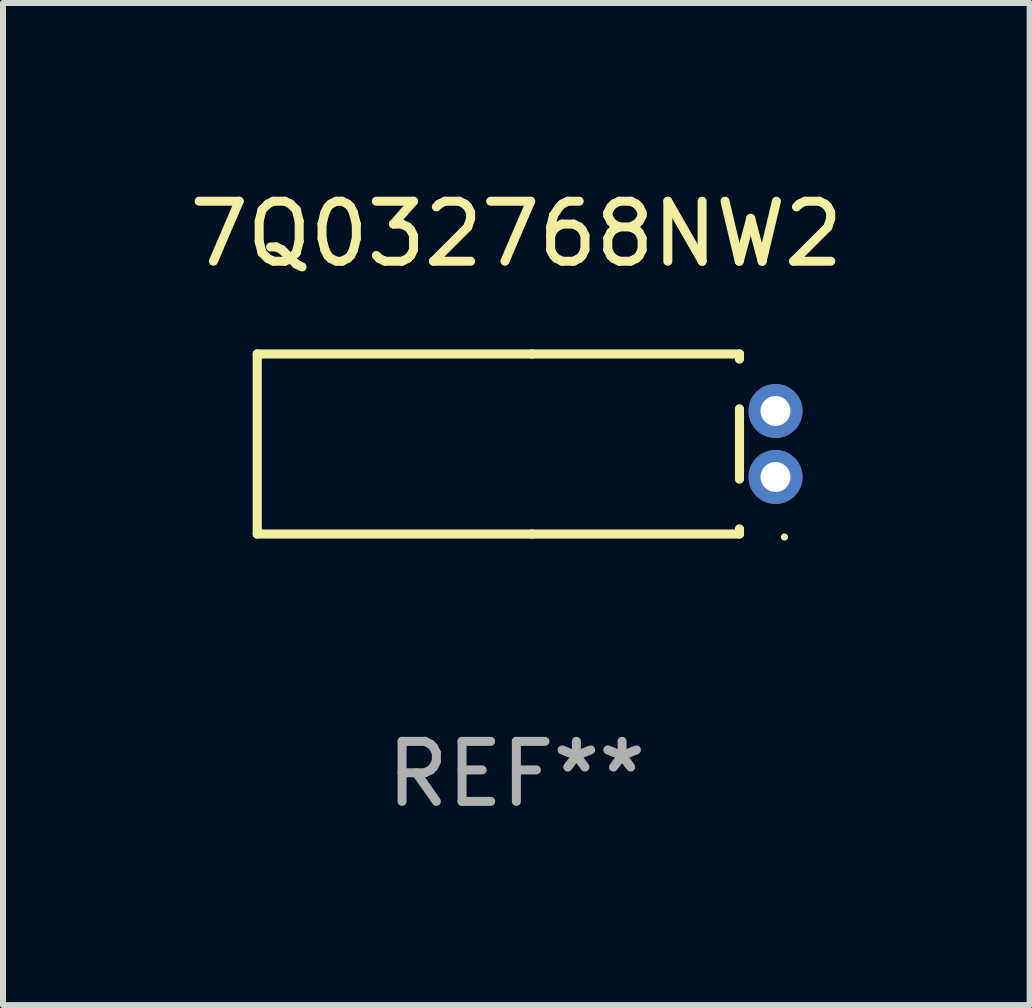
<source format=kicad_pcb>
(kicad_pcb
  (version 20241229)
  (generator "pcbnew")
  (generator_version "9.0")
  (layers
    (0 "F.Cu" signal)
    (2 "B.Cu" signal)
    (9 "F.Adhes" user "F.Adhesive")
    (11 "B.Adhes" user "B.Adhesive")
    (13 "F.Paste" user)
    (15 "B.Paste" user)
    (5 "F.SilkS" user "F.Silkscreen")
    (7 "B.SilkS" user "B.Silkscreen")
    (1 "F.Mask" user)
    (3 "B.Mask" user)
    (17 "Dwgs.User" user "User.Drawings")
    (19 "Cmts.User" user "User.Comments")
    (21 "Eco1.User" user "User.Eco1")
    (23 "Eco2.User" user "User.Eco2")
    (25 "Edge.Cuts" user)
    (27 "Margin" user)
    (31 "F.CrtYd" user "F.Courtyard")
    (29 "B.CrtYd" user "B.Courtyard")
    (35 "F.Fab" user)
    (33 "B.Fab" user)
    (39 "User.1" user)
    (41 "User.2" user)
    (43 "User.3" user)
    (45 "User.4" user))
  (footprint "7Q032768NW2"
    (layer "F.Cu")
    (at 5.554 4.348)
    (property "Reference" "7Q032768NW2" (at 0 -3.5 0) (layer "F.SilkS") (effects (font (size 1 1) (thickness 0.15))))
    (attr through_hole)
    (fp_line (start -4.318 -1.5) (end -4.318 1.5) (stroke (width 0.152) (type solid)) (layer "F.SilkS"))
    (fp_line (start -4.318 1.5) (end 0.254 1.5) (stroke (width 0.152) (type solid)) (layer "F.SilkS"))
    (fp_line (start 0.254 -1.5) (end -4.318 -1.5) (stroke (width 0.152) (type solid)) (layer "F.SilkS"))
    (fp_line (start 0.254 -1.5) (end 3.718 -1.5) (stroke (width 0.152) (type solid)) (layer "F.SilkS"))
    (fp_line (start 3.718 -1.5) (end 3.718 -1.414) (stroke (width 0.152) (type solid)) (layer "F.SilkS"))
    (fp_line (start 3.718 -0.586) (end 3.718 0.586) (stroke (width 0.152) (type solid)) (layer "F.SilkS"))
    (fp_line (start 3.718 1.414) (end 3.718 1.5) (stroke (width 0.152) (type solid)) (layer "F.SilkS"))
    (fp_line (start 3.718 1.5) (end 0.254 1.5) (stroke (width 0.152) (type solid)) (layer "F.SilkS"))
    (fp_circle (center 4.468 1.55) (end 4.498 1.55) (stroke (width 0.06) (type solid)) (fill no) (layer "F.SilkS"))
    (fp_text user "REF**" (at 0 5.5 0) (layer "F.Fab") (effects (font (size 1 1) (thickness 0.15))))
    (pad "1" thru_hole circle (at 4.318 0.55) (size 0.9 0.9) (drill 0.5) (layers "*.Cu" "*.Mask"))
    (pad "2" thru_hole circle (at 4.318 -0.55) (size 0.9 0.9) (drill 0.5) (layers "*.Cu" "*.Mask")))
  (gr_rect
    (start -3 -3)
    (end 14.107 13.697)
    (stroke (width 0.1) (type default))
    (fill no)
    (layer "Edge.Cuts")))
</source>
